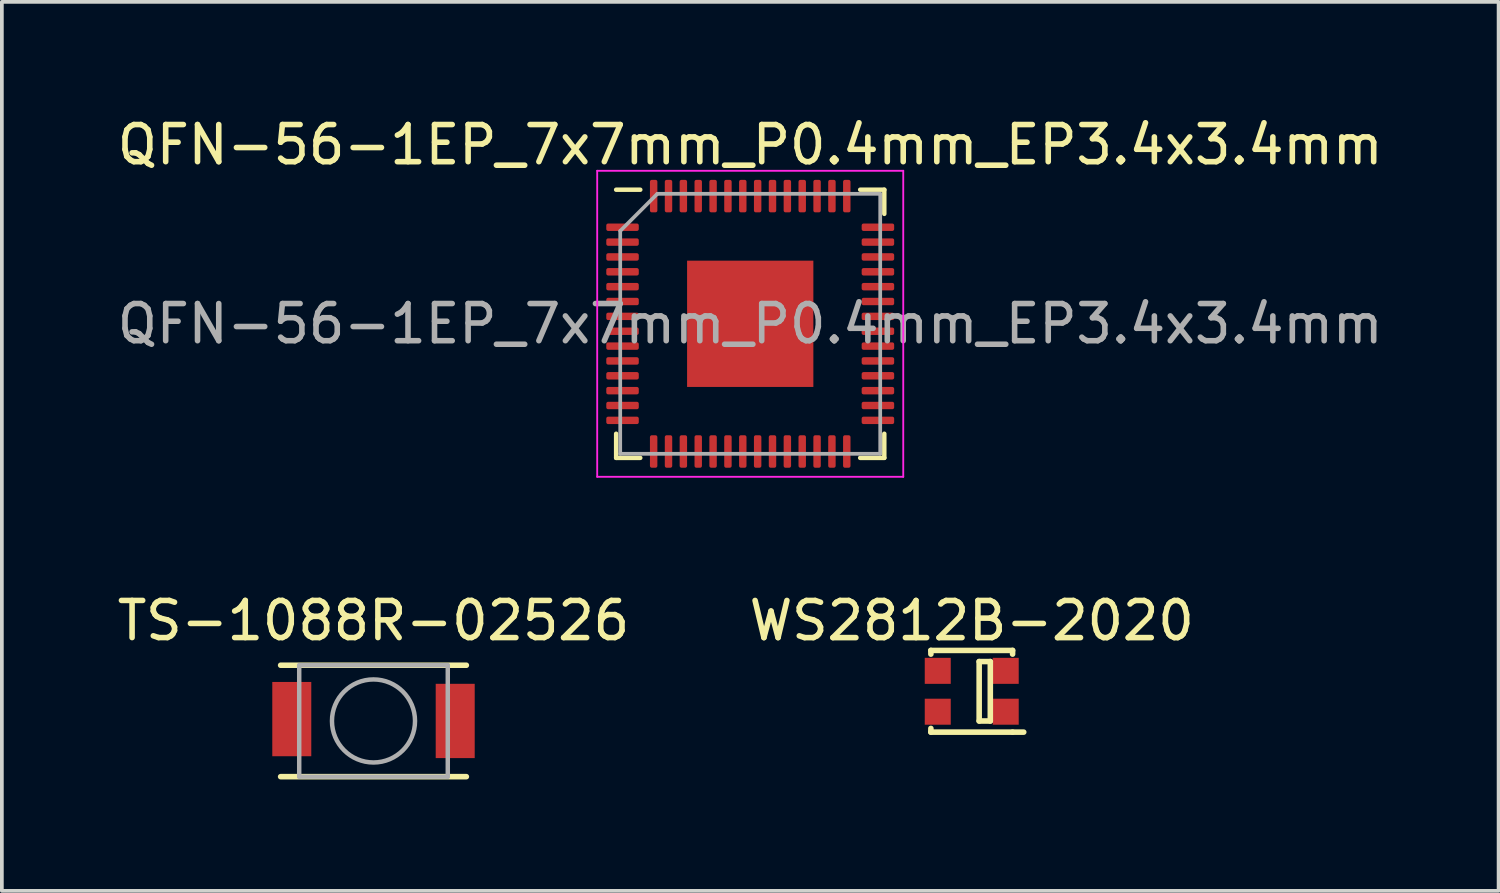
<source format=kicad_pcb>
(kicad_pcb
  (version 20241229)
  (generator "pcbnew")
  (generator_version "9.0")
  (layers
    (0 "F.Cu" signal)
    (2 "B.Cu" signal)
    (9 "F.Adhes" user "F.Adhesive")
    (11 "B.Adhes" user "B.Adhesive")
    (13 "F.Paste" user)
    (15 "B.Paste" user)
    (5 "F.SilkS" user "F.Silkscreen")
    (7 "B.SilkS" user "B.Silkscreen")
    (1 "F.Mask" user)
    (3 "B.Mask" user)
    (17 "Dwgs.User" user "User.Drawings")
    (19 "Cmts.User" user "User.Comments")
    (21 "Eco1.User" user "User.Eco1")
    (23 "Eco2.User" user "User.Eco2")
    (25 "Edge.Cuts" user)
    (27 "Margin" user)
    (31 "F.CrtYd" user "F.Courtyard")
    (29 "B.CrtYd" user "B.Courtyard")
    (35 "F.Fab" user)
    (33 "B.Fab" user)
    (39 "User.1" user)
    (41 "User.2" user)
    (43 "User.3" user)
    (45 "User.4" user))
  (footprint "QFN-56-1EP_7x7mm_P0.4mm_EP3.4x3.4mm"
    (layer "F.Cu")
    (at 17.149 5.668)
    (property "Reference" "QFN-56-1EP_7x7mm_P0.4mm_EP3.4x3.4mm" (at 0 -4.82 0) (layer "F.SilkS") (effects (font (size 1 1) (thickness 0.15))))
    (attr smd)
    (fp_line (start -3.61 3.61) (end -3.61 2.96) (stroke (width 0.12) (type solid)) (layer "F.SilkS"))
    (fp_line (start -2.96 -3.61) (end -3.61 -3.61) (stroke (width 0.12) (type solid)) (layer "F.SilkS"))
    (fp_line (start -2.96 3.61) (end -3.61 3.61) (stroke (width 0.12) (type solid)) (layer "F.SilkS"))
    (fp_line (start 2.96 -3.61) (end 3.61 -3.61) (stroke (width 0.12) (type solid)) (layer "F.SilkS"))
    (fp_line (start 2.96 3.61) (end 3.61 3.61) (stroke (width 0.12) (type solid)) (layer "F.SilkS"))
    (fp_line (start 3.61 -3.61) (end 3.61 -2.96) (stroke (width 0.12) (type solid)) (layer "F.SilkS"))
    (fp_line (start 3.61 3.61) (end 3.61 2.96) (stroke (width 0.12) (type solid)) (layer "F.SilkS"))
    (fp_line (start -4.12 -4.12) (end -4.12 4.12) (stroke (width 0.05) (type solid)) (layer "F.CrtYd"))
    (fp_line (start -4.12 4.12) (end 4.12 4.12) (stroke (width 0.05) (type solid)) (layer "F.CrtYd"))
    (fp_line (start 4.12 -4.12) (end -4.12 -4.12) (stroke (width 0.05) (type solid)) (layer "F.CrtYd"))
    (fp_line (start 4.12 4.12) (end 4.12 -4.12) (stroke (width 0.05) (type solid)) (layer "F.CrtYd"))
    (fp_line (start -3.5 -2.5) (end -2.5 -3.5) (stroke (width 0.1) (type solid)) (layer "F.Fab"))
    (fp_line (start -3.5 3.5) (end -3.5 -2.5) (stroke (width 0.1) (type solid)) (layer "F.Fab"))
    (fp_line (start -2.5 -3.5) (end 3.5 -3.5) (stroke (width 0.1) (type solid)) (layer "F.Fab"))
    (fp_line (start 3.5 -3.5) (end 3.5 3.5) (stroke (width 0.1) (type solid)) (layer "F.Fab"))
    (fp_line (start 3.5 3.5) (end -3.5 3.5) (stroke (width 0.1) (type solid)) (layer "F.Fab"))
    (fp_text user "${REFERENCE}" (at 0 0 0) (layer "F.Fab") (effects (font (size 1 1) (thickness 0.15))))
    (pad "" smd roundrect (at -0.7 -0.7) (size 1.13 1.13) (layers "F.Paste") (roundrect_rratio 0.221))
    (pad "" smd roundrect (at -0.7 0.7) (size 1.13 1.13) (layers "F.Paste") (roundrect_rratio 0.221))
    (pad "" smd roundrect (at 0.7 -0.7) (size 1.13 1.13) (layers "F.Paste") (roundrect_rratio 0.221))
    (pad "" smd roundrect (at 0.7 0.7) (size 1.13 1.13) (layers "F.Paste") (roundrect_rratio 0.221))
    (pad "1" smd roundrect (at -3.438 -2.6) (size 0.875 0.2) (layers "F.Cu" "F.Mask" "F.Paste") (roundrect_rratio 0.25))
    (pad "2" smd roundrect (at -3.438 -2.2) (size 0.875 0.2) (layers "F.Cu" "F.Mask" "F.Paste") (roundrect_rratio 0.25))
    (pad "3" smd roundrect (at -3.438 -1.8) (size 0.875 0.2) (layers "F.Cu" "F.Mask" "F.Paste") (roundrect_rratio 0.25))
    (pad "4" smd roundrect (at -3.438 -1.4) (size 0.875 0.2) (layers "F.Cu" "F.Mask" "F.Paste") (roundrect_rratio 0.25))
    (pad "5" smd roundrect (at -3.438 -1) (size 0.875 0.2) (layers "F.Cu" "F.Mask" "F.Paste") (roundrect_rratio 0.25))
    (pad "6" smd roundrect (at -3.438 -0.6) (size 0.875 0.2) (layers "F.Cu" "F.Mask" "F.Paste") (roundrect_rratio 0.25))
    (pad "7" smd roundrect (at -3.438 -0.2) (size 0.875 0.2) (layers "F.Cu" "F.Mask" "F.Paste") (roundrect_rratio 0.25))
    (pad "8" smd roundrect (at -3.438 0.2) (size 0.875 0.2) (layers "F.Cu" "F.Mask" "F.Paste") (roundrect_rratio 0.25))
    (pad "9" smd roundrect (at -3.438 0.6) (size 0.875 0.2) (layers "F.Cu" "F.Mask" "F.Paste") (roundrect_rratio 0.25))
    (pad "10" smd roundrect (at -3.438 1) (size 0.875 0.2) (layers "F.Cu" "F.Mask" "F.Paste") (roundrect_rratio 0.25))
    (pad "11" smd roundrect (at -3.438 1.4) (size 0.875 0.2) (layers "F.Cu" "F.Mask" "F.Paste") (roundrect_rratio 0.25))
    (pad "12" smd roundrect (at -3.438 1.8) (size 0.875 0.2) (layers "F.Cu" "F.Mask" "F.Paste") (roundrect_rratio 0.25))
    (pad "13" smd roundrect (at -3.438 2.2) (size 0.875 0.2) (layers "F.Cu" "F.Mask" "F.Paste") (roundrect_rratio 0.25))
    (pad "14" smd roundrect (at -3.438 2.6) (size 0.875 0.2) (layers "F.Cu" "F.Mask" "F.Paste") (roundrect_rratio 0.25))
    (pad "15" smd roundrect (at -2.6 3.438) (size 0.2 0.875) (layers "F.Cu" "F.Mask" "F.Paste") (roundrect_rratio 0.25))
    (pad "16" smd roundrect (at -2.2 3.438) (size 0.2 0.875) (layers "F.Cu" "F.Mask" "F.Paste") (roundrect_rratio 0.25))
    (pad "17" smd roundrect (at -1.8 3.438) (size 0.2 0.875) (layers "F.Cu" "F.Mask" "F.Paste") (roundrect_rratio 0.25))
    (pad "18" smd roundrect (at -1.4 3.438) (size 0.2 0.875) (layers "F.Cu" "F.Mask" "F.Paste") (roundrect_rratio 0.25))
    (pad "19" smd roundrect (at -1 3.438) (size 0.2 0.875) (layers "F.Cu" "F.Mask" "F.Paste") (roundrect_rratio 0.25))
    (pad "20" smd roundrect (at -0.6 3.438) (size 0.2 0.875) (layers "F.Cu" "F.Mask" "F.Paste") (roundrect_rratio 0.25))
    (pad "21" smd roundrect (at -0.2 3.438) (size 0.2 0.875) (layers "F.Cu" "F.Mask" "F.Paste") (roundrect_rratio 0.25))
    (pad "22" smd roundrect (at 0.2 3.438) (size 0.2 0.875) (layers "F.Cu" "F.Mask" "F.Paste") (roundrect_rratio 0.25))
    (pad "23" smd roundrect (at 0.6 3.438) (size 0.2 0.875) (layers "F.Cu" "F.Mask" "F.Paste") (roundrect_rratio 0.25))
    (pad "24" smd roundrect (at 1 3.438) (size 0.2 0.875) (layers "F.Cu" "F.Mask" "F.Paste") (roundrect_rratio 0.25))
    (pad "25" smd roundrect (at 1.4 3.438) (size 0.2 0.875) (layers "F.Cu" "F.Mask" "F.Paste") (roundrect_rratio 0.25))
    (pad "26" smd roundrect (at 1.8 3.438) (size 0.2 0.875) (layers "F.Cu" "F.Mask" "F.Paste") (roundrect_rratio 0.25))
    (pad "27" smd roundrect (at 2.2 3.438) (size 0.2 0.875) (layers "F.Cu" "F.Mask" "F.Paste") (roundrect_rratio 0.25))
    (pad "28" smd roundrect (at 2.6 3.438) (size 0.2 0.875) (layers "F.Cu" "F.Mask" "F.Paste") (roundrect_rratio 0.25))
    (pad "29" smd roundrect (at 3.438 2.6) (size 0.875 0.2) (layers "F.Cu" "F.Mask" "F.Paste") (roundrect_rratio 0.25))
    (pad "30" smd roundrect (at 3.438 2.2) (size 0.875 0.2) (layers "F.Cu" "F.Mask" "F.Paste") (roundrect_rratio 0.25))
    (pad "31" smd roundrect (at 3.438 1.8) (size 0.875 0.2) (layers "F.Cu" "F.Mask" "F.Paste") (roundrect_rratio 0.25))
    (pad "32" smd roundrect (at 3.438 1.4) (size 0.875 0.2) (layers "F.Cu" "F.Mask" "F.Paste") (roundrect_rratio 0.25))
    (pad "33" smd roundrect (at 3.438 1) (size 0.875 0.2) (layers "F.Cu" "F.Mask" "F.Paste") (roundrect_rratio 0.25))
    (pad "34" smd roundrect (at 3.438 0.6) (size 0.875 0.2) (layers "F.Cu" "F.Mask" "F.Paste") (roundrect_rratio 0.25))
    (pad "35" smd roundrect (at 3.438 0.2) (size 0.875 0.2) (layers "F.Cu" "F.Mask" "F.Paste") (roundrect_rratio 0.25))
    (pad "36" smd roundrect (at 3.438 -0.2) (size 0.875 0.2) (layers "F.Cu" "F.Mask" "F.Paste") (roundrect_rratio 0.25))
    (pad "37" smd roundrect (at 3.438 -0.6) (size 0.875 0.2) (layers "F.Cu" "F.Mask" "F.Paste") (roundrect_rratio 0.25))
    (pad "38" smd roundrect (at 3.438 -1) (size 0.875 0.2) (layers "F.Cu" "F.Mask" "F.Paste") (roundrect_rratio 0.25))
    (pad "39" smd roundrect (at 3.438 -1.4) (size 0.875 0.2) (layers "F.Cu" "F.Mask" "F.Paste") (roundrect_rratio 0.25))
    (pad "40" smd roundrect (at 3.438 -1.8) (size 0.875 0.2) (layers "F.Cu" "F.Mask" "F.Paste") (roundrect_rratio 0.25))
    (pad "41" smd roundrect (at 3.438 -2.2) (size 0.875 0.2) (layers "F.Cu" "F.Mask" "F.Paste") (roundrect_rratio 0.25))
    (pad "42" smd roundrect (at 3.438 -2.6) (size 0.875 0.2) (layers "F.Cu" "F.Mask" "F.Paste") (roundrect_rratio 0.25))
    (pad "43" smd roundrect (at 2.6 -3.438) (size 0.2 0.875) (layers "F.Cu" "F.Mask" "F.Paste") (roundrect_rratio 0.25))
    (pad "44" smd roundrect (at 2.2 -3.438) (size 0.2 0.875) (layers "F.Cu" "F.Mask" "F.Paste") (roundrect_rratio 0.25))
    (pad "45" smd roundrect (at 1.8 -3.438) (size 0.2 0.875) (layers "F.Cu" "F.Mask" "F.Paste") (roundrect_rratio 0.25))
    (pad "46" smd roundrect (at 1.4 -3.438) (size 0.2 0.875) (layers "F.Cu" "F.Mask" "F.Paste") (roundrect_rratio 0.25))
    (pad "47" smd roundrect (at 1 -3.438) (size 0.2 0.875) (layers "F.Cu" "F.Mask" "F.Paste") (roundrect_rratio 0.25))
    (pad "48" smd roundrect (at 0.6 -3.438) (size 0.2 0.875) (layers "F.Cu" "F.Mask" "F.Paste") (roundrect_rratio 0.25))
    (pad "49" smd roundrect (at 0.2 -3.438) (size 0.2 0.875) (layers "F.Cu" "F.Mask" "F.Paste") (roundrect_rratio 0.25))
    (pad "50" smd roundrect (at -0.2 -3.438) (size 0.2 0.875) (layers "F.Cu" "F.Mask" "F.Paste") (roundrect_rratio 0.25))
    (pad "51" smd roundrect (at -0.6 -3.438) (size 0.2 0.875) (layers "F.Cu" "F.Mask" "F.Paste") (roundrect_rratio 0.25))
    (pad "52" smd roundrect (at -1 -3.438) (size 0.2 0.875) (layers "F.Cu" "F.Mask" "F.Paste") (roundrect_rratio 0.25))
    (pad "53" smd roundrect (at -1.4 -3.438) (size 0.2 0.875) (layers "F.Cu" "F.Mask" "F.Paste") (roundrect_rratio 0.25))
    (pad "54" smd roundrect (at -1.8 -3.438) (size 0.2 0.875) (layers "F.Cu" "F.Mask" "F.Paste") (roundrect_rratio 0.25))
    (pad "55" smd roundrect (at -2.2 -3.438) (size 0.2 0.875) (layers "F.Cu" "F.Mask" "F.Paste") (roundrect_rratio 0.25))
    (pad "56" smd roundrect (at -2.6 -3.438) (size 0.2 0.875) (layers "F.Cu" "F.Mask" "F.Paste") (roundrect_rratio 0.25))
    (pad "57" smd rect (at 0 0) (size 3.4 3.4) (layers "F.Cu" "F.Mask")))
  (footprint "TS-1088R-02526"
    (layer "F.Cu")
    (at 7.006 16.361)
    (property "Reference" "TS-1088R-02526" (at 0 -2.7 0) (layer "F.SilkS") (effects (font (size 1 1) (thickness 0.15))))
    (attr smd)
    (fp_line (start -2.5 -1.5) (end 2.5 -1.5) (stroke (width 0.15) (type solid)) (layer "F.SilkS"))
    (fp_line (start 2.5 1.5) (end -2.5 1.5) (stroke (width 0.15) (type solid)) (layer "F.SilkS"))
    (fp_line (start -2 -1.5) (end 2 -1.5) (stroke (width 0.12) (type solid)) (layer "F.Fab"))
    (fp_line (start -2 1.5) (end -2 -1.5) (stroke (width 0.12) (type solid)) (layer "F.Fab"))
    (fp_line (start 2 -1.5) (end 2 1.5) (stroke (width 0.12) (type solid)) (layer "F.Fab"))
    (fp_line (start 2 1.5) (end -2 1.5) (stroke (width 0.12) (type solid)) (layer "F.Fab"))
    (fp_circle (center 0 0) (end 0.5 -1) (stroke (width 0.12) (type solid)) (fill no) (layer "F.Fab"))
    (pad "1" smd rect (at -2.2 -0.05) (size 1.05 2) (layers "F.Cu" "F.Mask" "F.Paste"))
    (pad "2" smd rect (at 2.2 0) (size 1.05 2) (layers "F.Cu" "F.Mask" "F.Paste")))
  (footprint "WS2812B-2020"
    (layer "F.Cu")
    (at 23.113 15.562)
    (property "Reference" "WS2812B-2020" (at 0 -1.9 0) (layer "F.SilkS") (effects (font (size 1 1) (thickness 0.15))))
    (attr smd)
    (fp_line (start -1.1 -1.1) (end -1.1 -1) (stroke (width 0.15) (type solid)) (layer "F.SilkS"))
    (fp_line (start -1.1 1) (end -1.1 1.1) (stroke (width 0.15) (type solid)) (layer "F.SilkS"))
    (fp_line (start -1.1 1.1) (end 1.1 1.1) (stroke (width 0.15) (type solid)) (layer "F.SilkS"))
    (fp_line (start 0.2 -0.8) (end 0.2 0.8) (stroke (width 0.15) (type solid)) (layer "F.SilkS"))
    (fp_line (start 0.2 0.8) (end 0.5 0.8) (stroke (width 0.15) (type solid)) (layer "F.SilkS"))
    (fp_line (start 0.5 -0.8) (end 0.2 -0.8) (stroke (width 0.15) (type solid)) (layer "F.SilkS"))
    (fp_line (start 0.5 0.8) (end 0.5 -0.8) (stroke (width 0.15) (type solid)) (layer "F.SilkS"))
    (fp_line (start 1.1 -1.1) (end -1.1 -1.1) (stroke (width 0.15) (type solid)) (layer "F.SilkS"))
    (fp_line (start 1.1 -1) (end 1.1 -1.1) (stroke (width 0.15) (type solid)) (layer "F.SilkS"))
    (fp_line (start 1.1 1.1) (end 1.4 1.1) (stroke (width 0.15) (type solid)) (layer "F.SilkS"))
    (pad "1" smd rect (at 0.915 0.55) (size 0.7 0.7) (layers "F.Cu" "F.Mask" "F.Paste"))
    (pad "2" smd rect (at 0.915 -0.55) (size 0.7 0.7) (layers "F.Cu" "F.Mask" "F.Paste"))
    (pad "3" smd rect (at -0.915 -0.55) (size 0.7 0.7) (layers "F.Cu" "F.Mask" "F.Paste"))
    (pad "4" smd rect (at -0.915 0.55) (size 0.7 0.7) (layers "F.Cu" "F.Mask" "F.Paste")))
  (gr_rect
    (start -3 -3)
    (end 37.298 20.936)
    (stroke (width 0.1) (type default))
    (fill no)
    (layer "Edge.Cuts")))
</source>
